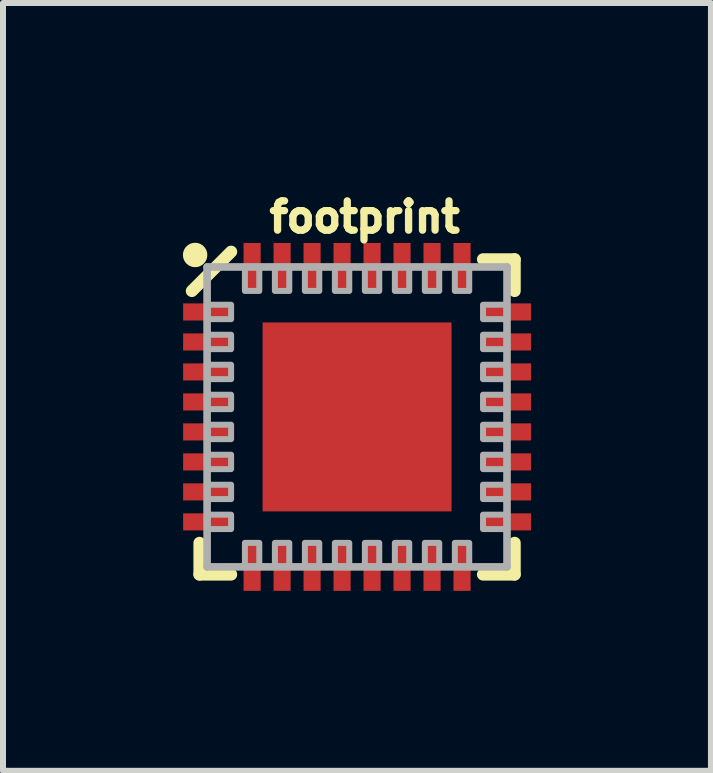
<source format=kicad_pcb>
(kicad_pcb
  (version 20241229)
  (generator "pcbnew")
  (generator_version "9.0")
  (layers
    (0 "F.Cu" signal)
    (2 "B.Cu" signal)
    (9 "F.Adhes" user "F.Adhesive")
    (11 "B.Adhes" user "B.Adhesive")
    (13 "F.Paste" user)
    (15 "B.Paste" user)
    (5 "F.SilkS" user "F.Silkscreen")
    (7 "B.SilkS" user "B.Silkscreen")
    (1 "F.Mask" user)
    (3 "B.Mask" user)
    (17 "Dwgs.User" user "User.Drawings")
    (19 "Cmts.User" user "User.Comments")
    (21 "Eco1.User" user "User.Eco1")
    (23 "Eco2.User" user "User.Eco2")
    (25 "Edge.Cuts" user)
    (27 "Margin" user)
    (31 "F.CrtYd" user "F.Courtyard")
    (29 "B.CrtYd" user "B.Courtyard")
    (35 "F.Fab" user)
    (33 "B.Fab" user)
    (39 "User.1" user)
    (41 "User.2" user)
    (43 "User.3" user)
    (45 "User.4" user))
  (footprint "footprint"
    (layer "F.Cu")
    (at 2.903 3.901)
    (property "Reference" "footprint" (at 0.127 -3.048 0) (layer "F.SilkS") (effects (font (size 0.488 0.488) (thickness 0.122)) (justify bottom)))
    (fp_line (start -2.627 2.627) (end -2.627 2.1) (stroke (width 0.203) (type solid)) (layer "F.SilkS"))
    (fp_line (start -2.1 -2.754) (end -2.754 -2.1) (stroke (width 0.203) (type solid)) (layer "F.SilkS"))
    (fp_line (start -2.1 2.627) (end -2.627 2.627) (stroke (width 0.203) (type solid)) (layer "F.SilkS"))
    (fp_line (start 2.1 -2.627) (end 2.627 -2.627) (stroke (width 0.203) (type solid)) (layer "F.SilkS"))
    (fp_line (start 2.627 -2.627) (end 2.627 -2.1) (stroke (width 0.203) (type solid)) (layer "F.SilkS"))
    (fp_line (start 2.627 2.1) (end 2.627 2.627) (stroke (width 0.203) (type solid)) (layer "F.SilkS"))
    (fp_line (start 2.627 2.627) (end 2.1 2.627) (stroke (width 0.203) (type solid)) (layer "F.SilkS"))
    (fp_circle (center -2.7 -2.7) (end -2.598 -2.7) (stroke (width 0.203) (type solid)) (fill yes) (layer "F.SilkS"))
    (fp_poly (pts (xy -1.45 -0.15) (xy -0.15 -0.15) (xy -0.15 -1.45) (xy -1.45 -1.45)) (stroke (width 0) (type solid)) (fill yes) (layer "F.Paste"))
    (fp_poly (pts (xy -0.15 1.45) (xy -0.15 0.15) (xy -1.45 0.15) (xy -1.45 1.45)) (stroke (width 0) (type solid)) (fill yes) (layer "F.Paste"))
    (fp_poly (pts (xy 0.15 -1.45) (xy 0.15 -0.15) (xy 1.45 -0.15) (xy 1.45 -1.45)) (stroke (width 0) (type solid)) (fill yes) (layer "F.Paste"))
    (fp_poly (pts (xy 1.45 0.15) (xy 0.15 0.15) (xy 0.15 1.45) (xy 1.45 1.45)) (stroke (width 0) (type solid)) (fill yes) (layer "F.Paste"))
    (fp_line (start -2.5 -2.5) (end -2.5 2.5) (stroke (width 0.127) (type solid)) (layer "F.Fab"))
    (fp_line (start -2.5 2.5) (end 2.5 2.5) (stroke (width 0.127) (type solid)) (layer "F.Fab"))
    (fp_line (start 2.5 -2.5) (end -2.5 -2.5) (stroke (width 0.127) (type solid)) (layer "F.Fab"))
    (fp_line (start 2.5 2.5) (end 2.5 -2.5) (stroke (width 0.127) (type solid)) (layer "F.Fab"))
    (fp_poly (pts (xy -2.5 -1.63) (xy -2.1 -1.63) (xy -2.1 -1.87) (xy -2.5 -1.87)) (stroke (width 0.1) (type solid)) (fill no) (layer "F.Fab"))
    (fp_poly (pts (xy -2.5 -1.13) (xy -2.1 -1.13) (xy -2.1 -1.37) (xy -2.5 -1.37)) (stroke (width 0.1) (type solid)) (fill no) (layer "F.Fab"))
    (fp_poly (pts (xy -2.5 -0.63) (xy -2.1 -0.63) (xy -2.1 -0.87) (xy -2.5 -0.87)) (stroke (width 0.1) (type solid)) (fill no) (layer "F.Fab"))
    (fp_poly (pts (xy -2.5 -0.13) (xy -2.1 -0.13) (xy -2.1 -0.37) (xy -2.5 -0.37)) (stroke (width 0.1) (type solid)) (fill no) (layer "F.Fab"))
    (fp_poly (pts (xy -2.5 0.37) (xy -2.1 0.37) (xy -2.1 0.13) (xy -2.5 0.13)) (stroke (width 0.1) (type solid)) (fill no) (layer "F.Fab"))
    (fp_poly (pts (xy -2.5 0.87) (xy -2.1 0.87) (xy -2.1 0.63) (xy -2.5 0.63)) (stroke (width 0.1) (type solid)) (fill no) (layer "F.Fab"))
    (fp_poly (pts (xy -2.5 1.37) (xy -2.1 1.37) (xy -2.1 1.13) (xy -2.5 1.13)) (stroke (width 0.1) (type solid)) (fill no) (layer "F.Fab"))
    (fp_poly (pts (xy -2.5 1.87) (xy -2.1 1.87) (xy -2.1 1.63) (xy -2.5 1.63)) (stroke (width 0.1) (type solid)) (fill no) (layer "F.Fab"))
    (fp_poly (pts (xy -1.87 -2.5) (xy -1.87 -2.1) (xy -1.63 -2.1) (xy -1.63 -2.5)) (stroke (width 0.1) (type solid)) (fill no) (layer "F.Fab"))
    (fp_poly (pts (xy -1.63 2.5) (xy -1.63 2.1) (xy -1.87 2.1) (xy -1.87 2.5)) (stroke (width 0.1) (type solid)) (fill no) (layer "F.Fab"))
    (fp_poly (pts (xy -1.37 -2.5) (xy -1.37 -2.1) (xy -1.13 -2.1) (xy -1.13 -2.5)) (stroke (width 0.1) (type solid)) (fill no) (layer "F.Fab"))
    (fp_poly (pts (xy -1.13 2.5) (xy -1.13 2.1) (xy -1.37 2.1) (xy -1.37 2.5)) (stroke (width 0.1) (type solid)) (fill no) (layer "F.Fab"))
    (fp_poly (pts (xy -0.87 -2.5) (xy -0.87 -2.1) (xy -0.63 -2.1) (xy -0.63 -2.5)) (stroke (width 0.1) (type solid)) (fill no) (layer "F.Fab"))
    (fp_poly (pts (xy -0.63 2.5) (xy -0.63 2.1) (xy -0.87 2.1) (xy -0.87 2.5)) (stroke (width 0.1) (type solid)) (fill no) (layer "F.Fab"))
    (fp_poly (pts (xy -0.37 -2.5) (xy -0.37 -2.1) (xy -0.13 -2.1) (xy -0.13 -2.5)) (stroke (width 0.1) (type solid)) (fill no) (layer "F.Fab"))
    (fp_poly (pts (xy -0.13 2.5) (xy -0.13 2.1) (xy -0.37 2.1) (xy -0.37 2.5)) (stroke (width 0.1) (type solid)) (fill no) (layer "F.Fab"))
    (fp_poly (pts (xy 0.13 -2.5) (xy 0.13 -2.1) (xy 0.37 -2.1) (xy 0.37 -2.5)) (stroke (width 0.1) (type solid)) (fill no) (layer "F.Fab"))
    (fp_poly (pts (xy 0.37 2.5) (xy 0.37 2.1) (xy 0.13 2.1) (xy 0.13 2.5)) (stroke (width 0.1) (type solid)) (fill no) (layer "F.Fab"))
    (fp_poly (pts (xy 0.63 -2.5) (xy 0.63 -2.1) (xy 0.87 -2.1) (xy 0.87 -2.5)) (stroke (width 0.1) (type solid)) (fill no) (layer "F.Fab"))
    (fp_poly (pts (xy 0.87 2.5) (xy 0.87 2.1) (xy 0.63 2.1) (xy 0.63 2.5)) (stroke (width 0.1) (type solid)) (fill no) (layer "F.Fab"))
    (fp_poly (pts (xy 1.13 -2.5) (xy 1.13 -2.1) (xy 1.37 -2.1) (xy 1.37 -2.5)) (stroke (width 0.1) (type solid)) (fill no) (layer "F.Fab"))
    (fp_poly (pts (xy 1.37 2.5) (xy 1.37 2.1) (xy 1.13 2.1) (xy 1.13 2.5)) (stroke (width 0.1) (type solid)) (fill no) (layer "F.Fab"))
    (fp_poly (pts (xy 1.63 -2.5) (xy 1.63 -2.1) (xy 1.87 -2.1) (xy 1.87 -2.5)) (stroke (width 0.1) (type solid)) (fill no) (layer "F.Fab"))
    (fp_poly (pts (xy 1.87 2.5) (xy 1.87 2.1) (xy 1.63 2.1) (xy 1.63 2.5)) (stroke (width 0.1) (type solid)) (fill no) (layer "F.Fab"))
    (fp_poly (pts (xy 2.5 -1.87) (xy 2.1 -1.87) (xy 2.1 -1.63) (xy 2.5 -1.63)) (stroke (width 0.1) (type solid)) (fill no) (layer "F.Fab"))
    (fp_poly (pts (xy 2.5 -1.37) (xy 2.1 -1.37) (xy 2.1 -1.13) (xy 2.5 -1.13)) (stroke (width 0.1) (type solid)) (fill no) (layer "F.Fab"))
    (fp_poly (pts (xy 2.5 -0.87) (xy 2.1 -0.87) (xy 2.1 -0.63) (xy 2.5 -0.63)) (stroke (width 0.1) (type solid)) (fill no) (layer "F.Fab"))
    (fp_poly (pts (xy 2.5 -0.37) (xy 2.1 -0.37) (xy 2.1 -0.13) (xy 2.5 -0.13)) (stroke (width 0.1) (type solid)) (fill no) (layer "F.Fab"))
    (fp_poly (pts (xy 2.5 0.13) (xy 2.1 0.13) (xy 2.1 0.37) (xy 2.5 0.37)) (stroke (width 0.1) (type solid)) (fill no) (layer "F.Fab"))
    (fp_poly (pts (xy 2.5 0.63) (xy 2.1 0.63) (xy 2.1 0.87) (xy 2.5 0.87)) (stroke (width 0.1) (type solid)) (fill no) (layer "F.Fab"))
    (fp_poly (pts (xy 2.5 1.13) (xy 2.1 1.13) (xy 2.1 1.37) (xy 2.5 1.37)) (stroke (width 0.1) (type solid)) (fill no) (layer "F.Fab"))
    (fp_poly (pts (xy 2.5 1.63) (xy 2.1 1.63) (xy 2.1 1.87) (xy 2.5 1.87)) (stroke (width 0.1) (type solid)) (fill no) (layer "F.Fab"))
    (pad "1" smd rect (at -2.5 -1.75) (size 0.8 0.285) (layers "F.Cu" "F.Mask" "F.Paste"))
    (pad "2" smd rect (at -2.5 -1.25) (size 0.8 0.285) (layers "F.Cu" "F.Mask" "F.Paste"))
    (pad "3" smd rect (at -2.5 -0.75) (size 0.8 0.285) (layers "F.Cu" "F.Mask" "F.Paste"))
    (pad "4" smd rect (at -2.5 -0.25) (size 0.8 0.285) (layers "F.Cu" "F.Mask" "F.Paste"))
    (pad "5" smd rect (at -2.5 0.25) (size 0.8 0.285) (layers "F.Cu" "F.Mask" "F.Paste"))
    (pad "6" smd rect (at -2.5 0.75) (size 0.8 0.285) (layers "F.Cu" "F.Mask" "F.Paste"))
    (pad "7" smd rect (at -2.5 1.25) (size 0.8 0.285) (layers "F.Cu" "F.Mask" "F.Paste"))
    (pad "8" smd rect (at -2.5 1.75) (size 0.8 0.285) (layers "F.Cu" "F.Mask" "F.Paste"))
    (pad "9" smd rect (at -1.75 2.5 90) (size 0.8 0.285) (layers "F.Cu" "F.Mask" "F.Paste"))
    (pad "10" smd rect (at -1.25 2.5 90) (size 0.8 0.285) (layers "F.Cu" "F.Mask" "F.Paste"))
    (pad "11" smd rect (at -0.75 2.5 90) (size 0.8 0.285) (layers "F.Cu" "F.Mask" "F.Paste"))
    (pad "12" smd rect (at -0.25 2.5 90) (size 0.8 0.285) (layers "F.Cu" "F.Mask" "F.Paste"))
    (pad "13" smd rect (at 0.25 2.5 90) (size 0.8 0.285) (layers "F.Cu" "F.Mask" "F.Paste"))
    (pad "14" smd rect (at 0.75 2.5 90) (size 0.8 0.285) (layers "F.Cu" "F.Mask" "F.Paste"))
    (pad "15" smd rect (at 1.25 2.5 90) (size 0.8 0.285) (layers "F.Cu" "F.Mask" "F.Paste"))
    (pad "16" smd rect (at 1.75 2.5 90) (size 0.8 0.285) (layers "F.Cu" "F.Mask" "F.Paste"))
    (pad "17" smd rect (at 2.5 1.75 180) (size 0.8 0.285) (layers "F.Cu" "F.Mask" "F.Paste"))
    (pad "18" smd rect (at 2.5 1.25 180) (size 0.8 0.285) (layers "F.Cu" "F.Mask" "F.Paste"))
    (pad "19" smd rect (at 2.5 0.75 180) (size 0.8 0.285) (layers "F.Cu" "F.Mask" "F.Paste"))
    (pad "20" smd rect (at 2.5 0.25 180) (size 0.8 0.285) (layers "F.Cu" "F.Mask" "F.Paste"))
    (pad "21" smd rect (at 2.5 -0.25 180) (size 0.8 0.285) (layers "F.Cu" "F.Mask" "F.Paste"))
    (pad "22" smd rect (at 2.5 -0.75 180) (size 0.8 0.285) (layers "F.Cu" "F.Mask" "F.Paste"))
    (pad "23" smd rect (at 2.5 -1.25 180) (size 0.8 0.285) (layers "F.Cu" "F.Mask" "F.Paste"))
    (pad "24" smd rect (at 2.5 -1.75 180) (size 0.8 0.285) (layers "F.Cu" "F.Mask" "F.Paste"))
    (pad "25" smd rect (at 1.75 -2.5 270) (size 0.8 0.285) (layers "F.Cu" "F.Mask" "F.Paste"))
    (pad "26" smd rect (at 1.25 -2.5 270) (size 0.8 0.285) (layers "F.Cu" "F.Mask" "F.Paste"))
    (pad "27" smd rect (at 0.75 -2.5 270) (size 0.8 0.285) (layers "F.Cu" "F.Mask" "F.Paste"))
    (pad "28" smd rect (at 0.25 -2.5 270) (size 0.8 0.285) (layers "F.Cu" "F.Mask" "F.Paste"))
    (pad "29" smd rect (at -0.25 -2.5 270) (size 0.8 0.285) (layers "F.Cu" "F.Mask" "F.Paste"))
    (pad "30" smd rect (at -0.75 -2.5 270) (size 0.8 0.285) (layers "F.Cu" "F.Mask" "F.Paste"))
    (pad "31" smd rect (at -1.25 -2.5 270) (size 0.8 0.285) (layers "F.Cu" "F.Mask" "F.Paste"))
    (pad "32" smd rect (at -1.75 -2.5 270) (size 0.8 0.285) (layers "F.Cu" "F.Mask" "F.Paste"))
    (pad "EP" smd rect (at 0 0) (size 3.15 3.15) (layers "F.Cu" "F.Mask")))
  (gr_rect
    (start -3 -3)
    (end 8.803 9.801)
    (stroke (width 0.1) (type default))
    (fill no)
    (layer "Edge.Cuts")))
</source>
